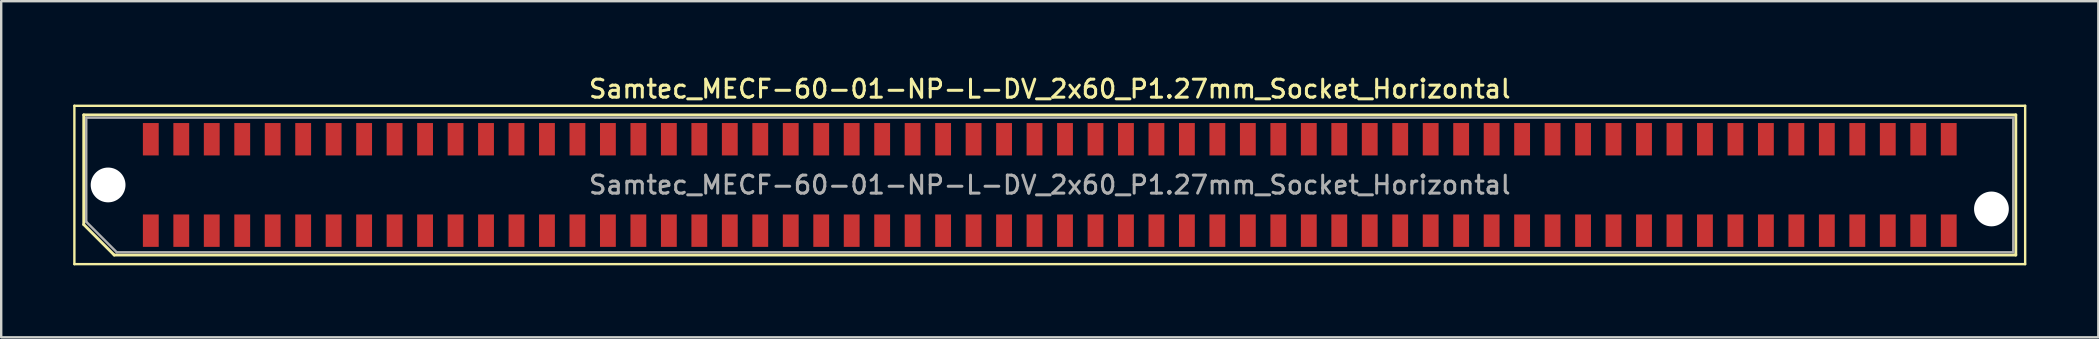
<source format=kicad_pcb>
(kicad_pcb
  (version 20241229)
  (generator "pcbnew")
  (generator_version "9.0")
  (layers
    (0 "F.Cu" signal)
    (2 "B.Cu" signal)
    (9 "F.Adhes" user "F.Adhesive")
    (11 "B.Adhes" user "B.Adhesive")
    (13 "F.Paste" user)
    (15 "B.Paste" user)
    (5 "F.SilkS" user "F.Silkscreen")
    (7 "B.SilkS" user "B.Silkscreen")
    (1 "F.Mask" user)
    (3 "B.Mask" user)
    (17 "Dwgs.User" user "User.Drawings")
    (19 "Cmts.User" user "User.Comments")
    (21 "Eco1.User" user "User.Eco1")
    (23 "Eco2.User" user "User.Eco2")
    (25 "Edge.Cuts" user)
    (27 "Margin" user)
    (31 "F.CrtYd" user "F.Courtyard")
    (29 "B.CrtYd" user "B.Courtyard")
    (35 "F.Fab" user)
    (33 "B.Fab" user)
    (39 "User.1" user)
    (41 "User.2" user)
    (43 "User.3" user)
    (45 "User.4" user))
  (footprint "Samtec_MECF-60-01-NP-L-DV_2x60_P1.27mm_Socket_Horizontal"
    (layer "F.Cu")
    (at 40.7 4.658)
    (property "Reference" "Samtec_MECF-60-01-NP-L-DV_2x60_P1.27mm_Socket_Horizontal" (at 0 -4 0) (layer "F.SilkS") (effects (font (size 0.75 0.75) (thickness 0.125))))
    (attr smd)
    (fp_line (start -40.65 -3.3) (end -40.65 3.3) (stroke (width 0.1) (type solid)) (layer "F.SilkS"))
    (fp_line (start -40.65 3.3) (end 40.65 3.3) (stroke (width 0.1) (type solid)) (layer "F.SilkS"))
    (fp_line (start -40.26 -2.92) (end 40.26 -2.92) (stroke (width 0.12) (type solid)) (layer "F.SilkS"))
    (fp_line (start -40.26 1.65) (end -40.26 -2.92) (stroke (width 0.12) (type solid)) (layer "F.SilkS"))
    (fp_line (start -38.99 2.92) (end -40.26 1.65) (stroke (width 0.12) (type solid)) (layer "F.SilkS"))
    (fp_line (start -38.99 2.92) (end 40.26 2.92) (stroke (width 0.12) (type solid)) (layer "F.SilkS"))
    (fp_line (start 40.26 2.92) (end 40.26 -2.92) (stroke (width 0.12) (type solid)) (layer "F.SilkS"))
    (fp_line (start 40.65 -3.3) (end -40.65 -3.3) (stroke (width 0.1) (type solid)) (layer "F.SilkS"))
    (fp_line (start 40.65 3.3) (end 40.65 -3.3) (stroke (width 0.1) (type solid)) (layer "F.SilkS"))
    (fp_line (start -40.155 -2.805) (end 40.155 -2.805) (stroke (width 0.1) (type solid)) (layer "F.Fab"))
    (fp_line (start -40.155 1.535) (end -40.155 -2.805) (stroke (width 0.1) (type solid)) (layer "F.Fab"))
    (fp_line (start -40.155 1.535) (end -38.885 2.805) (stroke (width 0.1) (type solid)) (layer "F.Fab"))
    (fp_line (start -38.885 2.805) (end 40.155 2.805) (stroke (width 0.1) (type solid)) (layer "F.Fab"))
    (fp_line (start 40.155 2.805) (end 40.155 -2.805) (stroke (width 0.1) (type solid)) (layer "F.Fab"))
    (fp_text user "${REFERENCE}" (at 0 0 0) (layer "F.Fab") (effects (font (size 0.75 0.75) (thickness 0.125))))
    (pad "" np_thru_hole circle (at -39.245 0) (size 1.45 1.45) (drill 1.45) (layers "*.Cu" "*.Mask"))
    (pad "" np_thru_hole circle (at 39.245 1) (size 1.45 1.45) (drill 1.45) (layers "*.Cu" "*.Mask"))
    (pad "1" smd rect (at -37.465 1.905) (size 0.66 1.35) (layers "F.Cu" "F.Mask" "F.Paste"))
    (pad "2" smd rect (at -37.465 -1.905) (size 0.66 1.35) (layers "F.Cu" "F.Mask" "F.Paste"))
    (pad "3" smd rect (at -36.195 1.905) (size 0.66 1.35) (layers "F.Cu" "F.Mask" "F.Paste"))
    (pad "4" smd rect (at -36.195 -1.905) (size 0.66 1.35) (layers "F.Cu" "F.Mask" "F.Paste"))
    (pad "5" smd rect (at -34.925 1.905) (size 0.66 1.35) (layers "F.Cu" "F.Mask" "F.Paste"))
    (pad "6" smd rect (at -34.925 -1.905) (size 0.66 1.35) (layers "F.Cu" "F.Mask" "F.Paste"))
    (pad "7" smd rect (at -33.655 1.905) (size 0.66 1.35) (layers "F.Cu" "F.Mask" "F.Paste"))
    (pad "8" smd rect (at -33.655 -1.905) (size 0.66 1.35) (layers "F.Cu" "F.Mask" "F.Paste"))
    (pad "9" smd rect (at -32.385 1.905) (size 0.66 1.35) (layers "F.Cu" "F.Mask" "F.Paste"))
    (pad "10" smd rect (at -32.385 -1.905) (size 0.66 1.35) (layers "F.Cu" "F.Mask" "F.Paste"))
    (pad "11" smd rect (at -31.115 1.905) (size 0.66 1.35) (layers "F.Cu" "F.Mask" "F.Paste"))
    (pad "12" smd rect (at -31.115 -1.905) (size 0.66 1.35) (layers "F.Cu" "F.Mask" "F.Paste"))
    (pad "13" smd rect (at -29.845 1.905) (size 0.66 1.35) (layers "F.Cu" "F.Mask" "F.Paste"))
    (pad "14" smd rect (at -29.845 -1.905) (size 0.66 1.35) (layers "F.Cu" "F.Mask" "F.Paste"))
    (pad "15" smd rect (at -28.575 1.905) (size 0.66 1.35) (layers "F.Cu" "F.Mask" "F.Paste"))
    (pad "16" smd rect (at -28.575 -1.905) (size 0.66 1.35) (layers "F.Cu" "F.Mask" "F.Paste"))
    (pad "17" smd rect (at -27.305 1.905) (size 0.66 1.35) (layers "F.Cu" "F.Mask" "F.Paste"))
    (pad "18" smd rect (at -27.305 -1.905) (size 0.66 1.35) (layers "F.Cu" "F.Mask" "F.Paste"))
    (pad "19" smd rect (at -26.035 1.905) (size 0.66 1.35) (layers "F.Cu" "F.Mask" "F.Paste"))
    (pad "20" smd rect (at -26.035 -1.905) (size 0.66 1.35) (layers "F.Cu" "F.Mask" "F.Paste"))
    (pad "21" smd rect (at -24.765 1.905) (size 0.66 1.35) (layers "F.Cu" "F.Mask" "F.Paste"))
    (pad "22" smd rect (at -24.765 -1.905) (size 0.66 1.35) (layers "F.Cu" "F.Mask" "F.Paste"))
    (pad "23" smd rect (at -23.495 1.905) (size 0.66 1.35) (layers "F.Cu" "F.Mask" "F.Paste"))
    (pad "24" smd rect (at -23.495 -1.905) (size 0.66 1.35) (layers "F.Cu" "F.Mask" "F.Paste"))
    (pad "25" smd rect (at -22.225 1.905) (size 0.66 1.35) (layers "F.Cu" "F.Mask" "F.Paste"))
    (pad "26" smd rect (at -22.225 -1.905) (size 0.66 1.35) (layers "F.Cu" "F.Mask" "F.Paste"))
    (pad "27" smd rect (at -20.955 1.905) (size 0.66 1.35) (layers "F.Cu" "F.Mask" "F.Paste"))
    (pad "28" smd rect (at -20.955 -1.905) (size 0.66 1.35) (layers "F.Cu" "F.Mask" "F.Paste"))
    (pad "29" smd rect (at -19.685 1.905) (size 0.66 1.35) (layers "F.Cu" "F.Mask" "F.Paste"))
    (pad "30" smd rect (at -19.685 -1.905) (size 0.66 1.35) (layers "F.Cu" "F.Mask" "F.Paste"))
    (pad "31" smd rect (at -18.415 1.905) (size 0.66 1.35) (layers "F.Cu" "F.Mask" "F.Paste"))
    (pad "32" smd rect (at -18.415 -1.905) (size 0.66 1.35) (layers "F.Cu" "F.Mask" "F.Paste"))
    (pad "33" smd rect (at -17.145 1.905) (size 0.66 1.35) (layers "F.Cu" "F.Mask" "F.Paste"))
    (pad "34" smd rect (at -17.145 -1.905) (size 0.66 1.35) (layers "F.Cu" "F.Mask" "F.Paste"))
    (pad "35" smd rect (at -15.875 1.905) (size 0.66 1.35) (layers "F.Cu" "F.Mask" "F.Paste"))
    (pad "36" smd rect (at -15.875 -1.905) (size 0.66 1.35) (layers "F.Cu" "F.Mask" "F.Paste"))
    (pad "37" smd rect (at -14.605 1.905) (size 0.66 1.35) (layers "F.Cu" "F.Mask" "F.Paste"))
    (pad "38" smd rect (at -14.605 -1.905) (size 0.66 1.35) (layers "F.Cu" "F.Mask" "F.Paste"))
    (pad "39" smd rect (at -13.335 1.905) (size 0.66 1.35) (layers "F.Cu" "F.Mask" "F.Paste"))
    (pad "40" smd rect (at -13.335 -1.905) (size 0.66 1.35) (layers "F.Cu" "F.Mask" "F.Paste"))
    (pad "41" smd rect (at -12.065 1.905) (size 0.66 1.35) (layers "F.Cu" "F.Mask" "F.Paste"))
    (pad "42" smd rect (at -12.065 -1.905) (size 0.66 1.35) (layers "F.Cu" "F.Mask" "F.Paste"))
    (pad "43" smd rect (at -10.795 1.905) (size 0.66 1.35) (layers "F.Cu" "F.Mask" "F.Paste"))
    (pad "44" smd rect (at -10.795 -1.905) (size 0.66 1.35) (layers "F.Cu" "F.Mask" "F.Paste"))
    (pad "45" smd rect (at -9.525 1.905) (size 0.66 1.35) (layers "F.Cu" "F.Mask" "F.Paste"))
    (pad "46" smd rect (at -9.525 -1.905) (size 0.66 1.35) (layers "F.Cu" "F.Mask" "F.Paste"))
    (pad "47" smd rect (at -8.255 1.905) (size 0.66 1.35) (layers "F.Cu" "F.Mask" "F.Paste"))
    (pad "48" smd rect (at -8.255 -1.905) (size 0.66 1.35) (layers "F.Cu" "F.Mask" "F.Paste"))
    (pad "49" smd rect (at -6.985 1.905) (size 0.66 1.35) (layers "F.Cu" "F.Mask" "F.Paste"))
    (pad "50" smd rect (at -6.985 -1.905) (size 0.66 1.35) (layers "F.Cu" "F.Mask" "F.Paste"))
    (pad "51" smd rect (at -5.715 1.905) (size 0.66 1.35) (layers "F.Cu" "F.Mask" "F.Paste"))
    (pad "52" smd rect (at -5.715 -1.905) (size 0.66 1.35) (layers "F.Cu" "F.Mask" "F.Paste"))
    (pad "53" smd rect (at -4.445 1.905) (size 0.66 1.35) (layers "F.Cu" "F.Mask" "F.Paste"))
    (pad "54" smd rect (at -4.445 -1.905) (size 0.66 1.35) (layers "F.Cu" "F.Mask" "F.Paste"))
    (pad "55" smd rect (at -3.175 1.905) (size 0.66 1.35) (layers "F.Cu" "F.Mask" "F.Paste"))
    (pad "56" smd rect (at -3.175 -1.905) (size 0.66 1.35) (layers "F.Cu" "F.Mask" "F.Paste"))
    (pad "57" smd rect (at -1.905 1.905) (size 0.66 1.35) (layers "F.Cu" "F.Mask" "F.Paste"))
    (pad "58" smd rect (at -1.905 -1.905) (size 0.66 1.35) (layers "F.Cu" "F.Mask" "F.Paste"))
    (pad "59" smd rect (at -0.635 1.905) (size 0.66 1.35) (layers "F.Cu" "F.Mask" "F.Paste"))
    (pad "60" smd rect (at -0.635 -1.905) (size 0.66 1.35) (layers "F.Cu" "F.Mask" "F.Paste"))
    (pad "61" smd rect (at 0.635 1.905) (size 0.66 1.35) (layers "F.Cu" "F.Mask" "F.Paste"))
    (pad "62" smd rect (at 0.635 -1.905) (size 0.66 1.35) (layers "F.Cu" "F.Mask" "F.Paste"))
    (pad "63" smd rect (at 1.905 1.905) (size 0.66 1.35) (layers "F.Cu" "F.Mask" "F.Paste"))
    (pad "64" smd rect (at 1.905 -1.905) (size 0.66 1.35) (layers "F.Cu" "F.Mask" "F.Paste"))
    (pad "65" smd rect (at 3.175 1.905) (size 0.66 1.35) (layers "F.Cu" "F.Mask" "F.Paste"))
    (pad "66" smd rect (at 3.175 -1.905) (size 0.66 1.35) (layers "F.Cu" "F.Mask" "F.Paste"))
    (pad "67" smd rect (at 4.445 1.905) (size 0.66 1.35) (layers "F.Cu" "F.Mask" "F.Paste"))
    (pad "68" smd rect (at 4.445 -1.905) (size 0.66 1.35) (layers "F.Cu" "F.Mask" "F.Paste"))
    (pad "69" smd rect (at 5.715 1.905) (size 0.66 1.35) (layers "F.Cu" "F.Mask" "F.Paste"))
    (pad "70" smd rect (at 5.715 -1.905) (size 0.66 1.35) (layers "F.Cu" "F.Mask" "F.Paste"))
    (pad "71" smd rect (at 6.985 1.905) (size 0.66 1.35) (layers "F.Cu" "F.Mask" "F.Paste"))
    (pad "72" smd rect (at 6.985 -1.905) (size 0.66 1.35) (layers "F.Cu" "F.Mask" "F.Paste"))
    (pad "73" smd rect (at 8.255 1.905) (size 0.66 1.35) (layers "F.Cu" "F.Mask" "F.Paste"))
    (pad "74" smd rect (at 8.255 -1.905) (size 0.66 1.35) (layers "F.Cu" "F.Mask" "F.Paste"))
    (pad "75" smd rect (at 9.525 1.905) (size 0.66 1.35) (layers "F.Cu" "F.Mask" "F.Paste"))
    (pad "76" smd rect (at 9.525 -1.905) (size 0.66 1.35) (layers "F.Cu" "F.Mask" "F.Paste"))
    (pad "77" smd rect (at 10.795 1.905) (size 0.66 1.35) (layers "F.Cu" "F.Mask" "F.Paste"))
    (pad "78" smd rect (at 10.795 -1.905) (size 0.66 1.35) (layers "F.Cu" "F.Mask" "F.Paste"))
    (pad "79" smd rect (at 12.065 1.905) (size 0.66 1.35) (layers "F.Cu" "F.Mask" "F.Paste"))
    (pad "80" smd rect (at 12.065 -1.905) (size 0.66 1.35) (layers "F.Cu" "F.Mask" "F.Paste"))
    (pad "81" smd rect (at 13.335 1.905) (size 0.66 1.35) (layers "F.Cu" "F.Mask" "F.Paste"))
    (pad "82" smd rect (at 13.335 -1.905) (size 0.66 1.35) (layers "F.Cu" "F.Mask" "F.Paste"))
    (pad "83" smd rect (at 14.605 1.905) (size 0.66 1.35) (layers "F.Cu" "F.Mask" "F.Paste"))
    (pad "84" smd rect (at 14.605 -1.905) (size 0.66 1.35) (layers "F.Cu" "F.Mask" "F.Paste"))
    (pad "85" smd rect (at 15.875 1.905) (size 0.66 1.35) (layers "F.Cu" "F.Mask" "F.Paste"))
    (pad "86" smd rect (at 15.875 -1.905) (size 0.66 1.35) (layers "F.Cu" "F.Mask" "F.Paste"))
    (pad "87" smd rect (at 17.145 1.905) (size 0.66 1.35) (layers "F.Cu" "F.Mask" "F.Paste"))
    (pad "88" smd rect (at 17.145 -1.905) (size 0.66 1.35) (layers "F.Cu" "F.Mask" "F.Paste"))
    (pad "89" smd rect (at 18.415 1.905) (size 0.66 1.35) (layers "F.Cu" "F.Mask" "F.Paste"))
    (pad "90" smd rect (at 18.415 -1.905) (size 0.66 1.35) (layers "F.Cu" "F.Mask" "F.Paste"))
    (pad "91" smd rect (at 19.685 1.905) (size 0.66 1.35) (layers "F.Cu" "F.Mask" "F.Paste"))
    (pad "92" smd rect (at 19.685 -1.905) (size 0.66 1.35) (layers "F.Cu" "F.Mask" "F.Paste"))
    (pad "93" smd rect (at 20.955 1.905) (size 0.66 1.35) (layers "F.Cu" "F.Mask" "F.Paste"))
    (pad "94" smd rect (at 20.955 -1.905) (size 0.66 1.35) (layers "F.Cu" "F.Mask" "F.Paste"))
    (pad "95" smd rect (at 22.225 1.905) (size 0.66 1.35) (layers "F.Cu" "F.Mask" "F.Paste"))
    (pad "96" smd rect (at 22.225 -1.905) (size 0.66 1.35) (layers "F.Cu" "F.Mask" "F.Paste"))
    (pad "97" smd rect (at 23.495 1.905) (size 0.66 1.35) (layers "F.Cu" "F.Mask" "F.Paste"))
    (pad "98" smd rect (at 23.495 -1.905) (size 0.66 1.35) (layers "F.Cu" "F.Mask" "F.Paste"))
    (pad "99" smd rect (at 24.765 1.905) (size 0.66 1.35) (layers "F.Cu" "F.Mask" "F.Paste"))
    (pad "100" smd rect (at 24.765 -1.905) (size 0.66 1.35) (layers "F.Cu" "F.Mask" "F.Paste"))
    (pad "101" smd rect (at 26.035 1.905) (size 0.66 1.35) (layers "F.Cu" "F.Mask" "F.Paste"))
    (pad "102" smd rect (at 26.035 -1.905) (size 0.66 1.35) (layers "F.Cu" "F.Mask" "F.Paste"))
    (pad "103" smd rect (at 27.305 1.905) (size 0.66 1.35) (layers "F.Cu" "F.Mask" "F.Paste"))
    (pad "104" smd rect (at 27.305 -1.905) (size 0.66 1.35) (layers "F.Cu" "F.Mask" "F.Paste"))
    (pad "105" smd rect (at 28.575 1.905) (size 0.66 1.35) (layers "F.Cu" "F.Mask" "F.Paste"))
    (pad "106" smd rect (at 28.575 -1.905) (size 0.66 1.35) (layers "F.Cu" "F.Mask" "F.Paste"))
    (pad "107" smd rect (at 29.845 1.905) (size 0.66 1.35) (layers "F.Cu" "F.Mask" "F.Paste"))
    (pad "108" smd rect (at 29.845 -1.905) (size 0.66 1.35) (layers "F.Cu" "F.Mask" "F.Paste"))
    (pad "109" smd rect (at 31.115 1.905) (size 0.66 1.35) (layers "F.Cu" "F.Mask" "F.Paste"))
    (pad "110" smd rect (at 31.115 -1.905) (size 0.66 1.35) (layers "F.Cu" "F.Mask" "F.Paste"))
    (pad "111" smd rect (at 32.385 1.905) (size 0.66 1.35) (layers "F.Cu" "F.Mask" "F.Paste"))
    (pad "112" smd rect (at 32.385 -1.905) (size 0.66 1.35) (layers "F.Cu" "F.Mask" "F.Paste"))
    (pad "113" smd rect (at 33.655 1.905) (size 0.66 1.35) (layers "F.Cu" "F.Mask" "F.Paste"))
    (pad "114" smd rect (at 33.655 -1.905) (size 0.66 1.35) (layers "F.Cu" "F.Mask" "F.Paste"))
    (pad "115" smd rect (at 34.925 1.905) (size 0.66 1.35) (layers "F.Cu" "F.Mask" "F.Paste"))
    (pad "116" smd rect (at 34.925 -1.905) (size 0.66 1.35) (layers "F.Cu" "F.Mask" "F.Paste"))
    (pad "117" smd rect (at 36.195 1.905) (size 0.66 1.35) (layers "F.Cu" "F.Mask" "F.Paste"))
    (pad "118" smd rect (at 36.195 -1.905) (size 0.66 1.35) (layers "F.Cu" "F.Mask" "F.Paste"))
    (pad "119" smd rect (at 37.465 1.905) (size 0.66 1.35) (layers "F.Cu" "F.Mask" "F.Paste"))
    (pad "120" smd rect (at 37.465 -1.905) (size 0.66 1.35) (layers "F.Cu" "F.Mask" "F.Paste")))
  (gr_rect
    (start -3 -3)
    (end 84.4 11.008)
    (stroke (width 0.1) (type default))
    (fill no)
    (layer "Edge.Cuts")))
</source>
